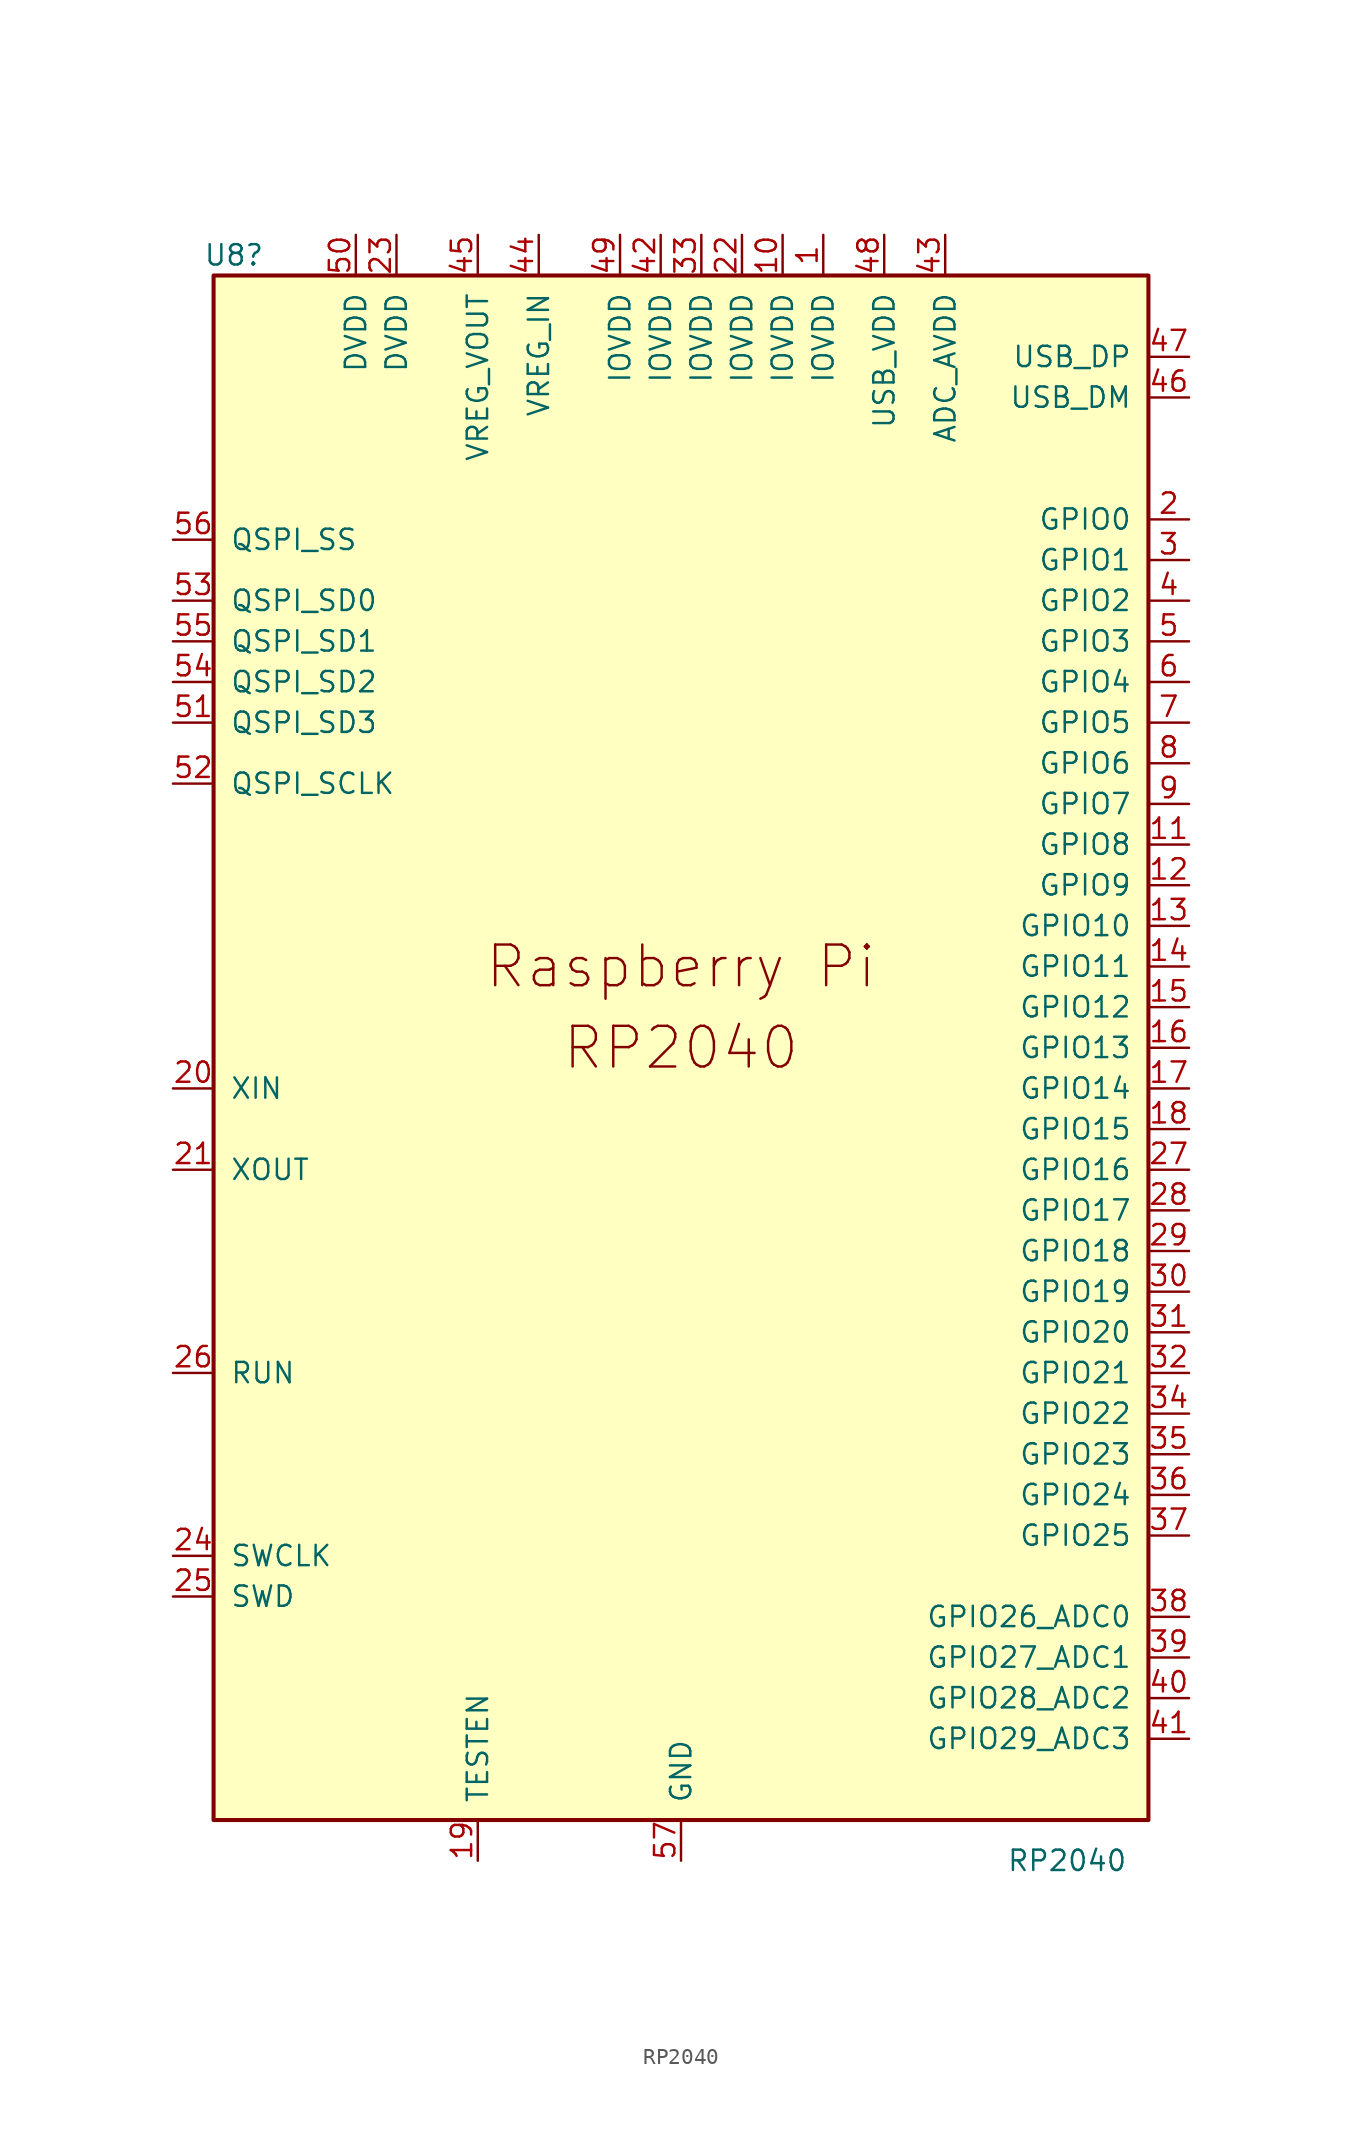
<source format=kicad_sym>
(kicad_symbol_lib
  (version 20241209)
  (generator "kicad_symbol_editor")
  (generator_version "9.0")
  (symbol "RP2040"
    (pin_names
      (offset 1.016))
    (property "Reference" "U8"
      (at -27.94 49.53 0)
      (effects (font (size 1.27 1.27))))
    (property "Value" "RP2040"
      (at 24.13 -50.8 0)
      (effects (font (size 1.27 1.27))))
    (property "Description" ""
      (at 0 0 0)
      (effects (font (size 1.27 1.27))))
    (symbol "RP2040_0_0"
      (text "Raspberry Pi" (at 0 5.08 0) (effects (font (size 2.54 2.54))))
      (text "RP2040" (at 0 0 0) (effects (font (size 2.54 2.54)))))
    (symbol "RP2040_0_1"
      (rectangle (start 29.21 48.26) (end -29.21 -48.26) (stroke (width 0.254) (type solid)) (fill (type background))))
    (symbol "RP2040_1_1"
      (pin bidirectional line (at -31.75 31.75 0) (length 2.54) (name "QSPI_SS" (effects (font (size 1.27 1.27)))) (number "56" (effects (font (size 1.27 1.27)))))
      (pin bidirectional line (at -31.75 27.94 0) (length 2.54) (name "QSPI_SD0" (effects (font (size 1.27 1.27)))) (number "53" (effects (font (size 1.27 1.27)))))
      (pin bidirectional line (at -31.75 25.4 0) (length 2.54) (name "QSPI_SD1" (effects (font (size 1.27 1.27)))) (number "55" (effects (font (size 1.27 1.27)))))
      (pin bidirectional line (at -31.75 22.86 0) (length 2.54) (name "QSPI_SD2" (effects (font (size 1.27 1.27)))) (number "54" (effects (font (size 1.27 1.27)))))
      (pin bidirectional line (at -31.75 20.32 0) (length 2.54) (name "QSPI_SD3" (effects (font (size 1.27 1.27)))) (number "51" (effects (font (size 1.27 1.27)))))
      (pin output line (at -31.75 16.51 0) (length 2.54) (name "QSPI_SCLK" (effects (font (size 1.27 1.27)))) (number "52" (effects (font (size 1.27 1.27)))))
      (pin input line (at -31.75 -2.54 0) (length 2.54) (name "XIN" (effects (font (size 1.27 1.27)))) (number "20" (effects (font (size 1.27 1.27)))))
      (pin passive line (at -31.75 -7.62 0) (length 2.54) (name "XOUT" (effects (font (size 1.27 1.27)))) (number "21" (effects (font (size 1.27 1.27)))))
      (pin input line (at -31.75 -20.32 0) (length 2.54) (name "RUN" (effects (font (size 1.27 1.27)))) (number "26" (effects (font (size 1.27 1.27)))))
      (pin output line (at -31.75 -31.75 0) (length 2.54) (name "SWCLK" (effects (font (size 1.27 1.27)))) (number "24" (effects (font (size 1.27 1.27)))))
      (pin bidirectional line (at -31.75 -34.29 0) (length 2.54) (name "SWD" (effects (font (size 1.27 1.27)))) (number "25" (effects (font (size 1.27 1.27)))))
      (pin power_in line (at -20.32 50.8 270) (length 2.54) (name "DVDD" (effects (font (size 1.27 1.27)))) (number "50" (effects (font (size 1.27 1.27)))))
      (pin power_in line (at -17.78 50.8 270) (length 2.54) (name "DVDD" (effects (font (size 1.27 1.27)))) (number "23" (effects (font (size 1.27 1.27)))))
      (pin power_out line (at -12.7 50.8 270) (length 2.54) (name "VREG_VOUT" (effects (font (size 1.27 1.27)))) (number "45" (effects (font (size 1.27 1.27)))))
      (pin passive line (at -12.7 -50.8 90) (length 2.54) (name "TESTEN" (effects (font (size 1.27 1.27)))) (number "19" (effects (font (size 1.27 1.27)))))
      (pin power_in line (at -8.89 50.8 270) (length 2.54) (name "VREG_IN" (effects (font (size 1.27 1.27)))) (number "44" (effects (font (size 1.27 1.27)))))
      (pin power_in line (at -3.81 50.8 270) (length 2.54) (name "IOVDD" (effects (font (size 1.27 1.27)))) (number "49" (effects (font (size 1.27 1.27)))))
      (pin power_in line (at -1.27 50.8 270) (length 2.54) (name "IOVDD" (effects (font (size 1.27 1.27)))) (number "42" (effects (font (size 1.27 1.27)))))
      (pin power_in line (at 0 -50.8 90) (length 2.54) (name "GND" (effects (font (size 1.27 1.27)))) (number "57" (effects (font (size 1.27 1.27)))))
      (pin power_in line (at 1.27 50.8 270) (length 2.54) (name "IOVDD" (effects (font (size 1.27 1.27)))) (number "33" (effects (font (size 1.27 1.27)))))
      (pin power_in line (at 3.81 50.8 270) (length 2.54) (name "IOVDD" (effects (font (size 1.27 1.27)))) (number "22" (effects (font (size 1.27 1.27)))))
      (pin power_in line (at 6.35 50.8 270) (length 2.54) (name "IOVDD" (effects (font (size 1.27 1.27)))) (number "10" (effects (font (size 1.27 1.27)))))
      (pin power_in line (at 8.89 50.8 270) (length 2.54) (name "IOVDD" (effects (font (size 1.27 1.27)))) (number "1" (effects (font (size 1.27 1.27)))))
      (pin power_in line (at 12.7 50.8 270) (length 2.54) (name "USB_VDD" (effects (font (size 1.27 1.27)))) (number "48" (effects (font (size 1.27 1.27)))))
      (pin power_in line (at 16.51 50.8 270) (length 2.54) (name "ADC_AVDD" (effects (font (size 1.27 1.27)))) (number "43" (effects (font (size 1.27 1.27)))))
      (pin bidirectional line (at 31.75 43.18 180) (length 2.54) (name "USB_DP" (effects (font (size 1.27 1.27)))) (number "47" (effects (font (size 1.27 1.27)))))
      (pin bidirectional line (at 31.75 40.64 180) (length 2.54) (name "USB_DM" (effects (font (size 1.27 1.27)))) (number "46" (effects (font (size 1.27 1.27)))))
      (pin bidirectional line (at 31.75 33.02 180) (length 2.54) (name "GPIO0" (effects (font (size 1.27 1.27)))) (number "2" (effects (font (size 1.27 1.27)))))
      (pin bidirectional line (at 31.75 30.48 180) (length 2.54) (name "GPIO1" (effects (font (size 1.27 1.27)))) (number "3" (effects (font (size 1.27 1.27)))))
      (pin bidirectional line (at 31.75 27.94 180) (length 2.54) (name "GPIO2" (effects (font (size 1.27 1.27)))) (number "4" (effects (font (size 1.27 1.27)))))
      (pin bidirectional line (at 31.75 25.4 180) (length 2.54) (name "GPIO3" (effects (font (size 1.27 1.27)))) (number "5" (effects (font (size 1.27 1.27)))))
      (pin bidirectional line (at 31.75 22.86 180) (length 2.54) (name "GPIO4" (effects (font (size 1.27 1.27)))) (number "6" (effects (font (size 1.27 1.27)))))
      (pin bidirectional line (at 31.75 20.32 180) (length 2.54) (name "GPIO5" (effects (font (size 1.27 1.27)))) (number "7" (effects (font (size 1.27 1.27)))))
      (pin bidirectional line (at 31.75 17.78 180) (length 2.54) (name "GPIO6" (effects (font (size 1.27 1.27)))) (number "8" (effects (font (size 1.27 1.27)))))
      (pin bidirectional line (at 31.75 15.24 180) (length 2.54) (name "GPIO7" (effects (font (size 1.27 1.27)))) (number "9" (effects (font (size 1.27 1.27)))))
      (pin bidirectional line (at 31.75 12.7 180) (length 2.54) (name "GPIO8" (effects (font (size 1.27 1.27)))) (number "11" (effects (font (size 1.27 1.27)))))
      (pin bidirectional line (at 31.75 10.16 180) (length 2.54) (name "GPIO9" (effects (font (size 1.27 1.27)))) (number "12" (effects (font (size 1.27 1.27)))))
      (pin bidirectional line (at 31.75 7.62 180) (length 2.54) (name "GPIO10" (effects (font (size 1.27 1.27)))) (number "13" (effects (font (size 1.27 1.27)))))
      (pin bidirectional line (at 31.75 5.08 180) (length 2.54) (name "GPIO11" (effects (font (size 1.27 1.27)))) (number "14" (effects (font (size 1.27 1.27)))))
      (pin bidirectional line (at 31.75 2.54 180) (length 2.54) (name "GPIO12" (effects (font (size 1.27 1.27)))) (number "15" (effects (font (size 1.27 1.27)))))
      (pin bidirectional line (at 31.75 0 180) (length 2.54) (name "GPIO13" (effects (font (size 1.27 1.27)))) (number "16" (effects (font (size 1.27 1.27)))))
      (pin bidirectional line (at 31.75 -2.54 180) (length 2.54) (name "GPIO14" (effects (font (size 1.27 1.27)))) (number "17" (effects (font (size 1.27 1.27)))))
      (pin bidirectional line (at 31.75 -5.08 180) (length 2.54) (name "GPIO15" (effects (font (size 1.27 1.27)))) (number "18" (effects (font (size 1.27 1.27)))))
      (pin bidirectional line (at 31.75 -7.62 180) (length 2.54) (name "GPIO16" (effects (font (size 1.27 1.27)))) (number "27" (effects (font (size 1.27 1.27)))))
      (pin bidirectional line (at 31.75 -10.16 180) (length 2.54) (name "GPIO17" (effects (font (size 1.27 1.27)))) (number "28" (effects (font (size 1.27 1.27)))))
      (pin bidirectional line (at 31.75 -12.7 180) (length 2.54) (name "GPIO18" (effects (font (size 1.27 1.27)))) (number "29" (effects (font (size 1.27 1.27)))))
      (pin bidirectional line (at 31.75 -15.24 180) (length 2.54) (name "GPIO19" (effects (font (size 1.27 1.27)))) (number "30" (effects (font (size 1.27 1.27)))))
      (pin bidirectional line (at 31.75 -17.78 180) (length 2.54) (name "GPIO20" (effects (font (size 1.27 1.27)))) (number "31" (effects (font (size 1.27 1.27)))))
      (pin bidirectional line (at 31.75 -20.32 180) (length 2.54) (name "GPIO21" (effects (font (size 1.27 1.27)))) (number "32" (effects (font (size 1.27 1.27)))))
      (pin bidirectional line (at 31.75 -22.86 180) (length 2.54) (name "GPIO22" (effects (font (size 1.27 1.27)))) (number "34" (effects (font (size 1.27 1.27)))))
      (pin bidirectional line (at 31.75 -25.4 180) (length 2.54) (name "GPIO23" (effects (font (size 1.27 1.27)))) (number "35" (effects (font (size 1.27 1.27)))))
      (pin bidirectional line (at 31.75 -27.94 180) (length 2.54) (name "GPIO24" (effects (font (size 1.27 1.27)))) (number "36" (effects (font (size 1.27 1.27)))))
      (pin bidirectional line (at 31.75 -30.48 180) (length 2.54) (name "GPIO25" (effects (font (size 1.27 1.27)))) (number "37" (effects (font (size 1.27 1.27)))))
      (pin bidirectional line (at 31.75 -35.56 180) (length 2.54) (name "GPIO26_ADC0" (effects (font (size 1.27 1.27)))) (number "38" (effects (font (size 1.27 1.27)))))
      (pin bidirectional line (at 31.75 -38.1 180) (length 2.54) (name "GPIO27_ADC1" (effects (font (size 1.27 1.27)))) (number "39" (effects (font (size 1.27 1.27)))))
      (pin bidirectional line (at 31.75 -40.64 180) (length 2.54) (name "GPIO28_ADC2" (effects (font (size 1.27 1.27)))) (number "40" (effects (font (size 1.27 1.27)))))
      (pin bidirectional line (at 31.75 -43.18 180) (length 2.54) (name "GPIO29_ADC3" (effects (font (size 1.27 1.27)))) (number "41" (effects (font (size 1.27 1.27))))))))
</source>
